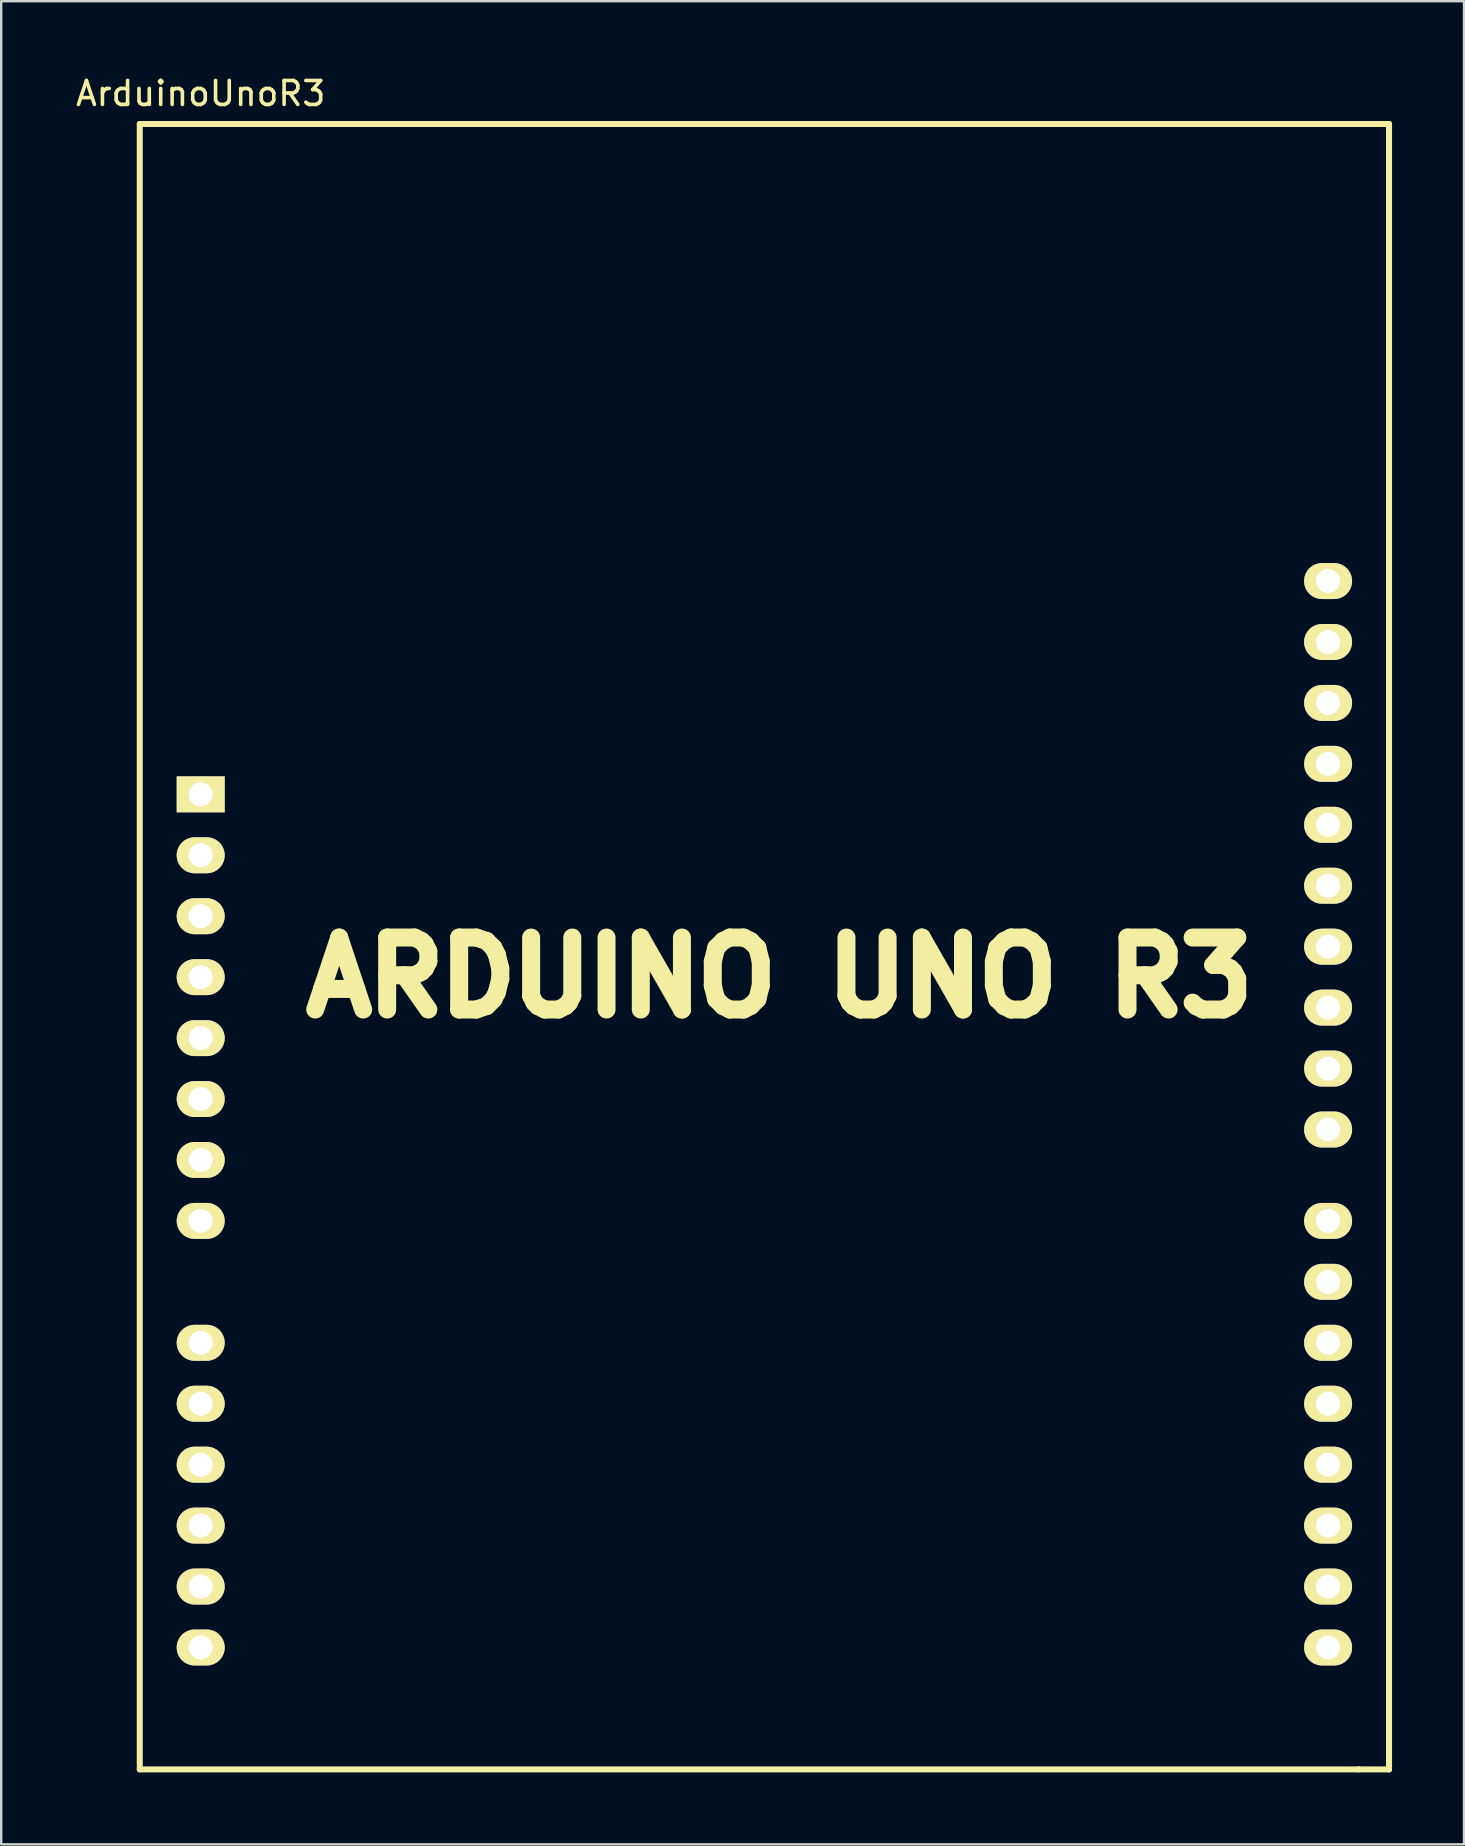
<source format=kicad_pcb>
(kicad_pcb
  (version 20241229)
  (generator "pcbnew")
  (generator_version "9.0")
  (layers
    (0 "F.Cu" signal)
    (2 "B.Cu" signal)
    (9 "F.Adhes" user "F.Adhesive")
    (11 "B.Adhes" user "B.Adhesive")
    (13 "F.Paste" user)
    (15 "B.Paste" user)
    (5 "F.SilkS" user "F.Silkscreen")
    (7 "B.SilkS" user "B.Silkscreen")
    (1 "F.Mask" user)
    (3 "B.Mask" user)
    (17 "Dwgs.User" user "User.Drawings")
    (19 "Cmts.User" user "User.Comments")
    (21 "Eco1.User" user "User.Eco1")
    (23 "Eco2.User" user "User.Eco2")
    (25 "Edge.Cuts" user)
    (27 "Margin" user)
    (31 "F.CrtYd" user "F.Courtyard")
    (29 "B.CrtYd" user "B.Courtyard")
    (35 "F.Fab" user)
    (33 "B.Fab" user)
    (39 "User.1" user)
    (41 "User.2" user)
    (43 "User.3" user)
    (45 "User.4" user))
  (footprint "ArduinoUnoR3"
    (layer "F.Cu")
    (at 2.775 2.118)
    (property "Reference" "ArduinoUnoR3" (at 2.54 -1.27 0) (layer "F.SilkS") (effects (font (size 1 1) (thickness 0.15))))
    (attr through_hole)
    (fp_line (start 0 0) (end 0 68.58) (stroke (width 0.25) (type solid)) (layer "F.SilkS"))
    (fp_line (start 0 68.58) (end 50.8 68.58) (stroke (width 0.25) (type solid)) (layer "F.SilkS"))
    (fp_line (start 50.8 0) (end 0 0) (stroke (width 0.25) (type solid)) (layer "F.SilkS"))
    (fp_line (start 50.8 68.58) (end 52.07 68.58) (stroke (width 0.25) (type solid)) (layer "F.SilkS"))
    (fp_line (start 52.07 0) (end 50.8 0) (stroke (width 0.25) (type solid)) (layer "F.SilkS"))
    (fp_line (start 52.07 68.58) (end 52.07 0) (stroke (width 0.25) (type solid)) (layer "F.SilkS"))
    (fp_line (start 52.07 68.58) (end 52.07 0) (stroke (width 0.25) (type solid)) (layer "F.SilkS"))
    (fp_text user "ARDUINO UNO R3" (at 26.67 35.56 0) (layer "F.SilkS") (effects (font (size 3 3) (thickness 0.75))))
    (pad "1" thru_hole rect (at 2.54 27.94) (size 2 1.5) (drill 1) (layers "*.Cu" "*.Mask" "F.SilkS"))
    (pad "2" thru_hole oval (at 2.54 30.48) (size 2 1.5) (drill 1) (layers "*.Cu" "*.Mask" "F.SilkS"))
    (pad "3" thru_hole oval (at 2.54 33.02) (size 2 1.5) (drill 1) (layers "*.Cu" "*.Mask" "F.SilkS"))
    (pad "4" thru_hole oval (at 2.54 35.56) (size 2 1.5) (drill 1) (layers "*.Cu" "*.Mask" "F.SilkS"))
    (pad "5" thru_hole oval (at 2.54 38.1) (size 2 1.5) (drill 1) (layers "*.Cu" "*.Mask" "F.SilkS"))
    (pad "6" thru_hole oval (at 2.54 40.64) (size 2 1.5) (drill 1) (layers "*.Cu" "*.Mask" "F.SilkS"))
    (pad "7" thru_hole oval (at 2.54 43.18) (size 2 1.5) (drill 1) (layers "*.Cu" "*.Mask" "F.SilkS"))
    (pad "8" thru_hole oval (at 2.54 45.72) (size 2 1.5) (drill 1) (layers "*.Cu" "*.Mask" "F.SilkS"))
    (pad "9" thru_hole oval (at 2.54 50.8) (size 2 1.5) (drill 1) (layers "*.Cu" "*.Mask" "F.SilkS"))
    (pad "10" thru_hole oval (at 2.54 53.34) (size 2 1.5) (drill 1) (layers "*.Cu" "*.Mask" "F.SilkS"))
    (pad "11" thru_hole oval (at 2.54 55.88) (size 2 1.5) (drill 1) (layers "*.Cu" "*.Mask" "F.SilkS"))
    (pad "12" thru_hole oval (at 2.54 58.42) (size 2 1.5) (drill 1) (layers "*.Cu" "*.Mask" "F.SilkS"))
    (pad "13" thru_hole oval (at 2.54 60.96) (size 2 1.5) (drill 1) (layers "*.Cu" "*.Mask" "F.SilkS"))
    (pad "14" thru_hole oval (at 2.54 63.5) (size 2 1.5) (drill 1) (layers "*.Cu" "*.Mask" "F.SilkS" "B.Paste"))
    (pad "15" thru_hole oval (at 49.53 19.05) (size 2 1.5) (drill 1) (layers "*.Cu" "*.Mask" "F.SilkS"))
    (pad "16" thru_hole oval (at 49.53 21.59) (size 2 1.5) (drill 1) (layers "*.Cu" "*.Mask" "F.SilkS"))
    (pad "17" thru_hole oval (at 49.53 24.13) (size 2 1.5) (drill 1) (layers "*.Cu" "*.Mask" "F.SilkS"))
    (pad "18" thru_hole oval (at 49.53 26.67) (size 2 1.5) (drill 1) (layers "*.Cu" "*.Mask" "F.SilkS"))
    (pad "19" thru_hole oval (at 49.53 29.21) (size 2 1.5) (drill 1) (layers "*.Cu" "*.Mask" "F.SilkS"))
    (pad "20" thru_hole oval (at 49.53 31.75) (size 2 1.5) (drill 1) (layers "*.Cu" "*.Mask" "F.SilkS"))
    (pad "21" thru_hole oval (at 49.53 34.29) (size 2 1.5) (drill 1) (layers "*.Cu" "*.Mask" "F.SilkS"))
    (pad "22" thru_hole oval (at 49.53 36.83) (size 2 1.5) (drill 1) (layers "*.Cu" "*.Mask" "F.SilkS"))
    (pad "23" thru_hole oval (at 49.53 39.37) (size 2 1.5) (drill 1) (layers "*.Cu" "*.Mask" "F.SilkS"))
    (pad "24" thru_hole oval (at 49.53 41.91) (size 2 1.5) (drill 1) (layers "*.Cu" "*.Mask" "F.SilkS"))
    (pad "25" thru_hole oval (at 49.53 45.72) (size 2 1.5) (drill 1) (layers "*.Cu" "*.Mask" "F.SilkS"))
    (pad "26" thru_hole oval (at 49.53 48.26) (size 2 1.5) (drill 1) (layers "*.Cu" "*.Mask" "F.SilkS"))
    (pad "27" thru_hole oval (at 49.53 50.8) (size 2 1.5) (drill 1) (layers "*.Cu" "*.Mask" "F.SilkS"))
    (pad "28" thru_hole oval (at 49.53 53.34) (size 2 1.5) (drill 1) (layers "*.Cu" "*.Mask" "F.SilkS"))
    (pad "29" thru_hole oval (at 49.53 55.88) (size 2 1.5) (drill 1) (layers "*.Cu" "*.Mask" "F.SilkS"))
    (pad "30" thru_hole oval (at 49.53 58.42) (size 2 1.5) (drill 1) (layers "*.Cu" "*.Mask" "F.SilkS"))
    (pad "31" thru_hole oval (at 49.53 60.96) (size 2 1.5) (drill 1) (layers "*.Cu" "*.Mask" "F.SilkS"))
    (pad "32" thru_hole oval (at 49.53 63.5) (size 2 1.5) (drill 1) (layers "*.Cu" "*.Mask" "F.SilkS")))
  (gr_rect
    (start -3 -3)
    (end 57.97 73.823)
    (stroke (width 0.1) (type default))
    (fill no)
    (layer "Edge.Cuts")))
</source>
